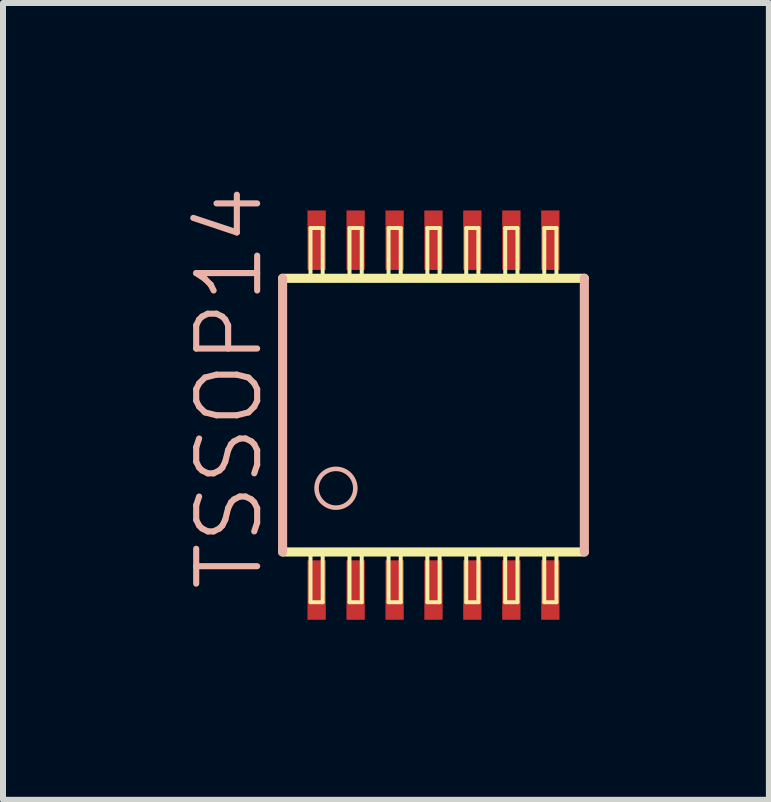
<source format=kicad_pcb>
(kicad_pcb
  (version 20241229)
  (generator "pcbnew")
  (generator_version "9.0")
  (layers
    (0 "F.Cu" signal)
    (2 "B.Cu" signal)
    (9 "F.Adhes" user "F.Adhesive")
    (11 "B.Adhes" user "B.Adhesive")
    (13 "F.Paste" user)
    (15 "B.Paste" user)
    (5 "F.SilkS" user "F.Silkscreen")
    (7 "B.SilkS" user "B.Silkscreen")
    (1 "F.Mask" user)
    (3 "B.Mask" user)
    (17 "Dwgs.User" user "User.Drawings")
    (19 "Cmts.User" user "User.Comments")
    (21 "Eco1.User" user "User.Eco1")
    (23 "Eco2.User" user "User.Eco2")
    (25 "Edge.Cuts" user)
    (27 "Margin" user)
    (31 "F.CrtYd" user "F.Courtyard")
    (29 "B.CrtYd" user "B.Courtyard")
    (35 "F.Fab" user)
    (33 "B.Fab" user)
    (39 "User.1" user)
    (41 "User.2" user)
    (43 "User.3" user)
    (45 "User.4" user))
  (footprint "TSSOP14"
    (layer "F.Cu")
    (at 4.176 3.87)
    (property "Reference" "TSSOP14" (at -3.404 -0.457 90) (layer "B.SilkS") (effects (font (size 1.016 1.016) (thickness 0.102))))
    (attr smd)
    (fp_line (start -2.515 2.281) (end 2.515 2.281) (stroke (width 0.152) (type solid)) (layer "F.SilkS"))
    (fp_line (start -2.05 -3.119) (end -1.847 -3.119) (stroke (width 0.066) (type solid)) (layer "F.SilkS"))
    (fp_line (start -2.05 -2.281) (end -2.05 -3.119) (stroke (width 0.066) (type solid)) (layer "F.SilkS"))
    (fp_line (start -2.05 -2.281) (end -1.847 -2.281) (stroke (width 0.066) (type solid)) (layer "F.SilkS"))
    (fp_line (start -2.05 2.281) (end -1.847 2.281) (stroke (width 0.066) (type solid)) (layer "F.SilkS"))
    (fp_line (start -2.05 3.119) (end -2.05 2.281) (stroke (width 0.066) (type solid)) (layer "F.SilkS"))
    (fp_line (start -2.05 3.119) (end -1.847 3.119) (stroke (width 0.066) (type solid)) (layer "F.SilkS"))
    (fp_line (start -1.847 -2.281) (end -1.847 -3.119) (stroke (width 0.066) (type solid)) (layer "F.SilkS"))
    (fp_line (start -1.847 3.119) (end -1.847 2.281) (stroke (width 0.066) (type solid)) (layer "F.SilkS"))
    (fp_line (start -1.4 -3.119) (end -1.196 -3.119) (stroke (width 0.066) (type solid)) (layer "F.SilkS"))
    (fp_line (start -1.4 -2.281) (end -1.4 -3.119) (stroke (width 0.066) (type solid)) (layer "F.SilkS"))
    (fp_line (start -1.4 -2.281) (end -1.196 -2.281) (stroke (width 0.066) (type solid)) (layer "F.SilkS"))
    (fp_line (start -1.4 2.281) (end -1.196 2.281) (stroke (width 0.066) (type solid)) (layer "F.SilkS"))
    (fp_line (start -1.4 3.119) (end -1.4 2.281) (stroke (width 0.066) (type solid)) (layer "F.SilkS"))
    (fp_line (start -1.4 3.119) (end -1.196 3.119) (stroke (width 0.066) (type solid)) (layer "F.SilkS"))
    (fp_line (start -1.196 -2.281) (end -1.196 -3.119) (stroke (width 0.066) (type solid)) (layer "F.SilkS"))
    (fp_line (start -1.196 3.119) (end -1.196 2.281) (stroke (width 0.066) (type solid)) (layer "F.SilkS"))
    (fp_line (start -0.749 -3.119) (end -0.546 -3.119) (stroke (width 0.066) (type solid)) (layer "F.SilkS"))
    (fp_line (start -0.749 -2.281) (end -0.749 -3.119) (stroke (width 0.066) (type solid)) (layer "F.SilkS"))
    (fp_line (start -0.749 -2.281) (end -0.546 -2.281) (stroke (width 0.066) (type solid)) (layer "F.SilkS"))
    (fp_line (start -0.749 2.281) (end -0.546 2.281) (stroke (width 0.066) (type solid)) (layer "F.SilkS"))
    (fp_line (start -0.749 3.119) (end -0.749 2.281) (stroke (width 0.066) (type solid)) (layer "F.SilkS"))
    (fp_line (start -0.749 3.119) (end -0.546 3.119) (stroke (width 0.066) (type solid)) (layer "F.SilkS"))
    (fp_line (start -0.546 -2.281) (end -0.546 -3.119) (stroke (width 0.066) (type solid)) (layer "F.SilkS"))
    (fp_line (start -0.546 3.119) (end -0.546 2.281) (stroke (width 0.066) (type solid)) (layer "F.SilkS"))
    (fp_line (start -0.102 -3.119) (end 0.102 -3.119) (stroke (width 0.066) (type solid)) (layer "F.SilkS"))
    (fp_line (start -0.102 -2.281) (end -0.102 -3.119) (stroke (width 0.066) (type solid)) (layer "F.SilkS"))
    (fp_line (start -0.102 -2.281) (end 0.102 -2.281) (stroke (width 0.066) (type solid)) (layer "F.SilkS"))
    (fp_line (start -0.102 2.281) (end 0.102 2.281) (stroke (width 0.066) (type solid)) (layer "F.SilkS"))
    (fp_line (start -0.102 3.119) (end -0.102 2.281) (stroke (width 0.066) (type solid)) (layer "F.SilkS"))
    (fp_line (start -0.102 3.119) (end 0.102 3.119) (stroke (width 0.066) (type solid)) (layer "F.SilkS"))
    (fp_line (start 0.102 -2.281) (end 0.102 -3.119) (stroke (width 0.066) (type solid)) (layer "F.SilkS"))
    (fp_line (start 0.102 3.119) (end 0.102 2.281) (stroke (width 0.066) (type solid)) (layer "F.SilkS"))
    (fp_line (start 0.546 -3.119) (end 0.749 -3.119) (stroke (width 0.066) (type solid)) (layer "F.SilkS"))
    (fp_line (start 0.546 -2.281) (end 0.546 -3.119) (stroke (width 0.066) (type solid)) (layer "F.SilkS"))
    (fp_line (start 0.546 -2.281) (end 0.749 -2.281) (stroke (width 0.066) (type solid)) (layer "F.SilkS"))
    (fp_line (start 0.546 2.281) (end 0.749 2.281) (stroke (width 0.066) (type solid)) (layer "F.SilkS"))
    (fp_line (start 0.546 3.119) (end 0.546 2.281) (stroke (width 0.066) (type solid)) (layer "F.SilkS"))
    (fp_line (start 0.546 3.119) (end 0.749 3.119) (stroke (width 0.066) (type solid)) (layer "F.SilkS"))
    (fp_line (start 0.749 -2.281) (end 0.749 -3.119) (stroke (width 0.066) (type solid)) (layer "F.SilkS"))
    (fp_line (start 0.749 3.119) (end 0.749 2.281) (stroke (width 0.066) (type solid)) (layer "F.SilkS"))
    (fp_line (start 1.196 -3.119) (end 1.4 -3.119) (stroke (width 0.066) (type solid)) (layer "F.SilkS"))
    (fp_line (start 1.196 -2.281) (end 1.196 -3.119) (stroke (width 0.066) (type solid)) (layer "F.SilkS"))
    (fp_line (start 1.196 -2.281) (end 1.4 -2.281) (stroke (width 0.066) (type solid)) (layer "F.SilkS"))
    (fp_line (start 1.196 2.281) (end 1.4 2.281) (stroke (width 0.066) (type solid)) (layer "F.SilkS"))
    (fp_line (start 1.196 3.119) (end 1.196 2.281) (stroke (width 0.066) (type solid)) (layer "F.SilkS"))
    (fp_line (start 1.196 3.119) (end 1.4 3.119) (stroke (width 0.066) (type solid)) (layer "F.SilkS"))
    (fp_line (start 1.4 -2.281) (end 1.4 -3.119) (stroke (width 0.066) (type solid)) (layer "F.SilkS"))
    (fp_line (start 1.4 3.119) (end 1.4 2.281) (stroke (width 0.066) (type solid)) (layer "F.SilkS"))
    (fp_line (start 1.847 -3.119) (end 2.05 -3.119) (stroke (width 0.066) (type solid)) (layer "F.SilkS"))
    (fp_line (start 1.847 -2.281) (end 1.847 -3.119) (stroke (width 0.066) (type solid)) (layer "F.SilkS"))
    (fp_line (start 1.847 -2.281) (end 2.05 -2.281) (stroke (width 0.066) (type solid)) (layer "F.SilkS"))
    (fp_line (start 1.847 2.281) (end 2.05 2.281) (stroke (width 0.066) (type solid)) (layer "F.SilkS"))
    (fp_line (start 1.847 3.119) (end 1.847 2.281) (stroke (width 0.066) (type solid)) (layer "F.SilkS"))
    (fp_line (start 1.847 3.119) (end 2.05 3.119) (stroke (width 0.066) (type solid)) (layer "F.SilkS"))
    (fp_line (start 2.05 -2.281) (end 2.05 -3.119) (stroke (width 0.066) (type solid)) (layer "F.SilkS"))
    (fp_line (start 2.05 3.119) (end 2.05 2.281) (stroke (width 0.066) (type solid)) (layer "F.SilkS"))
    (fp_line (start 2.515 -2.281) (end -2.515 -2.281) (stroke (width 0.152) (type solid)) (layer "F.SilkS"))
    (fp_line (start -2.515 2.281) (end -2.515 -2.281) (stroke (width 0.152) (type solid)) (layer "B.SilkS"))
    (fp_line (start 2.515 -2.281) (end 2.515 2.281) (stroke (width 0.152) (type solid)) (layer "B.SilkS"))
    (fp_circle (center -1.626 1.219) (end -1.854 1.448) (stroke (width 0.076) (type solid)) (fill no) (layer "B.SilkS"))
    (pad "1" smd rect (at -1.948 2.916) (size 0.305 0.991) (layers "F.Cu" "F.Mask" "F.Paste"))
    (pad "2" smd rect (at -1.298 2.916) (size 0.305 0.991) (layers "F.Cu" "F.Mask" "F.Paste"))
    (pad "3" smd rect (at -0.648 2.916) (size 0.305 0.991) (layers "F.Cu" "F.Mask" "F.Paste"))
    (pad "4" smd rect (at 0 2.916) (size 0.305 0.991) (layers "F.Cu" "F.Mask" "F.Paste"))
    (pad "5" smd rect (at 0.648 2.916) (size 0.305 0.991) (layers "F.Cu" "F.Mask" "F.Paste"))
    (pad "6" smd rect (at 1.298 2.916) (size 0.305 0.991) (layers "F.Cu" "F.Mask" "F.Paste"))
    (pad "7" smd rect (at 1.948 2.916) (size 0.305 0.991) (layers "F.Cu" "F.Mask" "F.Paste"))
    (pad "8" smd rect (at 1.948 -2.916) (size 0.305 0.991) (layers "F.Cu" "F.Mask" "F.Paste"))
    (pad "9" smd rect (at 1.298 -2.916) (size 0.305 0.991) (layers "F.Cu" "F.Mask" "F.Paste"))
    (pad "10" smd rect (at 0.648 -2.916) (size 0.305 0.991) (layers "F.Cu" "F.Mask" "F.Paste"))
    (pad "11" smd rect (at 0 -2.916) (size 0.305 0.991) (layers "F.Cu" "F.Mask" "F.Paste"))
    (pad "12" smd rect (at -0.648 -2.916) (size 0.305 0.991) (layers "F.Cu" "F.Mask" "F.Paste"))
    (pad "13" smd rect (at -1.298 -2.916) (size 0.305 0.991) (layers "F.Cu" "F.Mask" "F.Paste"))
    (pad "14" smd rect (at -1.948 -2.916) (size 0.305 0.991) (layers "F.Cu" "F.Mask" "F.Paste")))
  (gr_rect
    (start -3 -3)
    (end 9.767 10.282)
    (stroke (width 0.1) (type default))
    (fill no)
    (layer "Edge.Cuts")))
</source>
